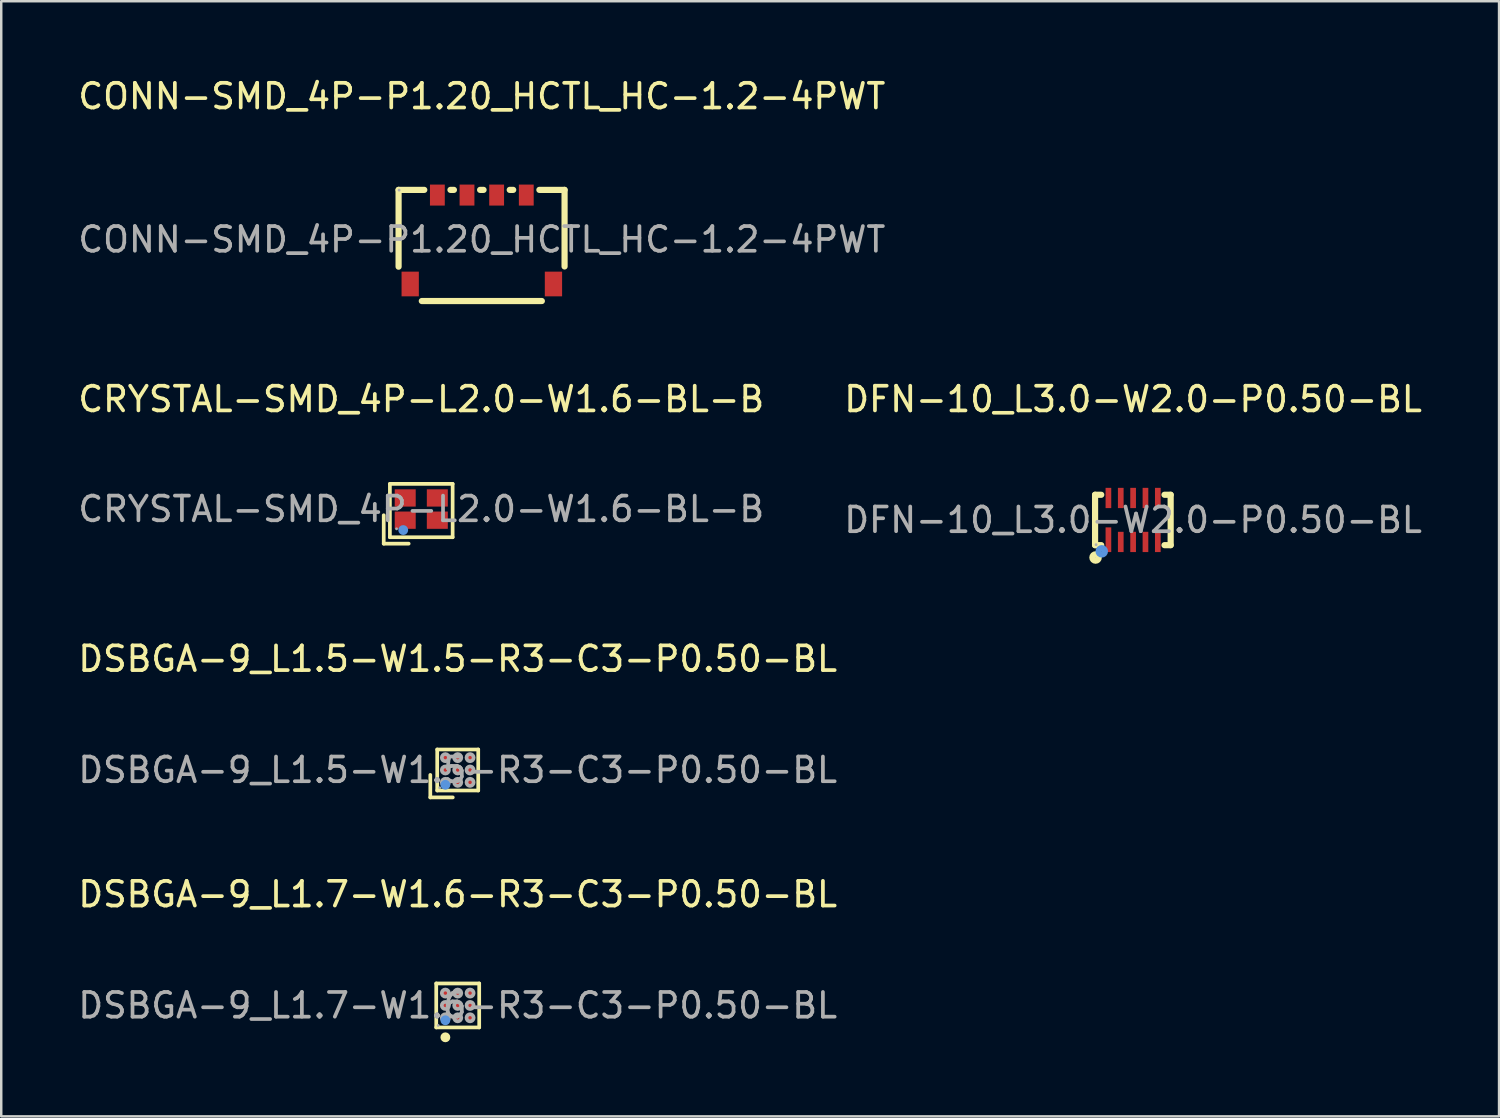
<source format=kicad_pcb>
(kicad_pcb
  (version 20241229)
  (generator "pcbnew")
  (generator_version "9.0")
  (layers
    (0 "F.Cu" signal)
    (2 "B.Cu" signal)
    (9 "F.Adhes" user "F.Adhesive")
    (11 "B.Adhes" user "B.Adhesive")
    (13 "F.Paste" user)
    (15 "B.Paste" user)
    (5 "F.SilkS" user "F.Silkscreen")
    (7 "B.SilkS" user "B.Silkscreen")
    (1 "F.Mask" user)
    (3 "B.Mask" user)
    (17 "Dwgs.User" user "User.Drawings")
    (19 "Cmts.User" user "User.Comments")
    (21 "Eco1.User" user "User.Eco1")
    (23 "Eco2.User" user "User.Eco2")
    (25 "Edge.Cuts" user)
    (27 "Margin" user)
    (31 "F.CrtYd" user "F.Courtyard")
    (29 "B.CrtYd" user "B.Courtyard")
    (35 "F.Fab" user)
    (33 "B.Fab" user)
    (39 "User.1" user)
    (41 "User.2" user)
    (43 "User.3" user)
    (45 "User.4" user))
  (footprint "DSBGA-9_L1.5-W1.5-R3-C3-P0.50-BL"
    (layer "F.Cu")
    (at 15.482 28.125)
    (property "Reference" "DSBGA-9_L1.5-W1.5-R3-C3-P0.50-BL" (at 0 -4.5 0) (layer "F.SilkS") (effects (font (size 1 1) (thickness 0.15))))
    (attr smd)
    (fp_line (start -1.11 0.2) (end -1.11 1.11) (stroke (width 0.15) (type solid)) (layer "F.SilkS"))
    (fp_line (start -1.11 1.11) (end -0.2 1.11) (stroke (width 0.15) (type solid)) (layer "F.SilkS"))
    (fp_line (start -0.83 -0.83) (end 0.83 -0.83) (stroke (width 0.15) (type solid)) (layer "F.SilkS"))
    (fp_line (start -0.83 0.83) (end -0.83 -0.83) (stroke (width 0.15) (type solid)) (layer "F.SilkS"))
    (fp_line (start 0.83 -0.83) (end 0.83 0.83) (stroke (width 0.15) (type solid)) (layer "F.SilkS"))
    (fp_line (start 0.83 0.83) (end -0.83 0.83) (stroke (width 0.15) (type solid)) (layer "F.SilkS"))
    (fp_circle (center -0.5 0.6) (end -0.4 0.6) (stroke (width 0.2) (type solid)) (fill no) (layer "Cmts.User"))
    (fp_circle (center -0.73 0.72) (end -0.7 0.72) (stroke (width 0.06) (type solid)) (fill no) (layer "F.Fab"))
    (fp_circle (center -0.5 -0.5) (end -0.43 -0.5) (stroke (width 0.15) (type solid)) (fill no) (layer "F.Fab"))
    (fp_circle (center -0.5 0) (end -0.43 0) (stroke (width 0.15) (type solid)) (fill no) (layer "F.Fab"))
    (fp_circle (center -0.5 0.5) (end -0.43 0.5) (stroke (width 0.15) (type solid)) (fill no) (layer "F.Fab"))
    (fp_circle (center 0 -0.5) (end 0.07 -0.5) (stroke (width 0.15) (type solid)) (fill no) (layer "F.Fab"))
    (fp_circle (center 0 0) (end 0.07 0) (stroke (width 0.15) (type solid)) (fill no) (layer "F.Fab"))
    (fp_circle (center 0 0.5) (end 0.07 0.5) (stroke (width 0.15) (type solid)) (fill no) (layer "F.Fab"))
    (fp_circle (center 0.5 -0.5) (end 0.57 -0.5) (stroke (width 0.15) (type solid)) (fill no) (layer "F.Fab"))
    (fp_circle (center 0.5 0) (end 0.57 0) (stroke (width 0.15) (type solid)) (fill no) (layer "F.Fab"))
    (fp_circle (center 0.5 0.5) (end 0.57 0.5) (stroke (width 0.15) (type solid)) (fill no) (layer "F.Fab"))
    (fp_text user "${REFERENCE}" (at 0 0 0) (layer "F.Fab") (effects (font (size 1 1) (thickness 0.15))))
    (pad "A1" smd circle (at -0.5 0.5) (size 0.24 0.24) (layers "F.Cu" "F.Mask" "F.Paste"))
    (pad "A2" smd circle (at -0.5 0) (size 0.24 0.24) (layers "F.Cu" "F.Mask" "F.Paste"))
    (pad "A3" smd circle (at -0.5 -0.5) (size 0.24 0.24) (layers "F.Cu" "F.Mask" "F.Paste"))
    (pad "B1" smd circle (at 0 0.5) (size 0.24 0.24) (layers "F.Cu" "F.Mask" "F.Paste"))
    (pad "B2" smd circle (at 0 0) (size 0.24 0.24) (layers "F.Cu" "F.Mask" "F.Paste"))
    (pad "B3" smd circle (at 0 -0.5) (size 0.24 0.24) (layers "F.Cu" "F.Mask" "F.Paste"))
    (pad "C1" smd circle (at 0.5 0.5) (size 0.24 0.24) (layers "F.Cu" "F.Mask" "F.Paste"))
    (pad "C2" smd circle (at 0.5 0) (size 0.24 0.24) (layers "F.Cu" "F.Mask" "F.Paste"))
    (pad "C3" smd circle (at 0.5 -0.5) (size 0.24 0.24) (layers "F.Cu" "F.Mask" "F.Paste")))
  (footprint "DSBGA-9_L1.7-W1.6-R3-C3-P0.50-BL"
    (layer "F.Cu")
    (at 15.482 37.658)
    (property "Reference" "DSBGA-9_L1.7-W1.6-R3-C3-P0.50-BL" (at 0 -4.5 0) (layer "F.SilkS") (effects (font (size 1 1) (thickness 0.15))))
    (attr smd)
    (fp_line (start -0.87 -0.89) (end 0.87 -0.89) (stroke (width 0.15) (type solid)) (layer "F.SilkS"))
    (fp_line (start -0.87 0.89) (end -0.87 -0.89) (stroke (width 0.15) (type solid)) (layer "F.SilkS"))
    (fp_line (start 0.87 -0.89) (end 0.87 0.89) (stroke (width 0.15) (type solid)) (layer "F.SilkS"))
    (fp_line (start 0.87 0.89) (end -0.87 0.89) (stroke (width 0.15) (type solid)) (layer "F.SilkS"))
    (fp_circle (center -0.5 1.29) (end -0.4 1.29) (stroke (width 0.2) (type solid)) (fill no) (layer "F.SilkS"))
    (fp_circle (center -0.5 0.6) (end -0.4 0.6) (stroke (width 0.2) (type solid)) (fill no) (layer "Cmts.User"))
    (fp_circle (center -0.79 0.81) (end -0.76 0.81) (stroke (width 0.06) (type solid)) (fill no) (layer "F.Fab"))
    (fp_circle (center -0.5 -0.5) (end -0.43 -0.5) (stroke (width 0.15) (type solid)) (fill no) (layer "F.Fab"))
    (fp_circle (center -0.5 0) (end -0.43 0) (stroke (width 0.15) (type solid)) (fill no) (layer "F.Fab"))
    (fp_circle (center -0.5 0.5) (end -0.43 0.5) (stroke (width 0.15) (type solid)) (fill no) (layer "F.Fab"))
    (fp_circle (center 0 -0.5) (end 0.07 -0.5) (stroke (width 0.15) (type solid)) (fill no) (layer "F.Fab"))
    (fp_circle (center 0 0) (end 0.07 0) (stroke (width 0.15) (type solid)) (fill no) (layer "F.Fab"))
    (fp_circle (center 0 0.5) (end 0.07 0.5) (stroke (width 0.15) (type solid)) (fill no) (layer "F.Fab"))
    (fp_circle (center 0.5 -0.5) (end 0.57 -0.5) (stroke (width 0.15) (type solid)) (fill no) (layer "F.Fab"))
    (fp_circle (center 0.5 0) (end 0.57 0) (stroke (width 0.15) (type solid)) (fill no) (layer "F.Fab"))
    (fp_circle (center 0.5 0.5) (end 0.57 0.5) (stroke (width 0.15) (type solid)) (fill no) (layer "F.Fab"))
    (fp_text user "${REFERENCE}" (at 0 0 0) (layer "F.Fab") (effects (font (size 1 1) (thickness 0.15))))
    (pad "A1" smd circle (at -0.5 0.5) (size 0.24 0.24) (layers "F.Cu" "F.Mask" "F.Paste"))
    (pad "A2" smd circle (at -0.5 0) (size 0.24 0.24) (layers "F.Cu" "F.Mask" "F.Paste"))
    (pad "A3" smd circle (at -0.5 -0.5) (size 0.24 0.24) (layers "F.Cu" "F.Mask" "F.Paste"))
    (pad "B1" smd circle (at 0 0.5) (size 0.24 0.24) (layers "F.Cu" "F.Mask" "F.Paste"))
    (pad "B2" smd circle (at 0 0) (size 0.24 0.24) (layers "F.Cu" "F.Mask" "F.Paste"))
    (pad "B3" smd circle (at 0 -0.5) (size 0.24 0.24) (layers "F.Cu" "F.Mask" "F.Paste"))
    (pad "C1" smd circle (at 0.5 0.5) (size 0.24 0.24) (layers "F.Cu" "F.Mask" "F.Paste"))
    (pad "C2" smd circle (at 0.5 0) (size 0.24 0.24) (layers "F.Cu" "F.Mask" "F.Paste"))
    (pad "C3" smd circle (at 0.5 -0.5) (size 0.24 0.24) (layers "F.Cu" "F.Mask" "F.Paste")))
  (footprint "CONN-SMD_4P-P1.20_HCTL_HC-1.2-4PWT"
    (layer "F.Cu")
    (at 16.458 6.648)
    (property "Reference" "CONN-SMD_4P-P1.20_HCTL_HC-1.2-4PWT" (at 0 -5.8 0) (layer "F.SilkS") (effects (font (size 1 1) (thickness 0.15))))
    (attr smd)
    (fp_line (start -3.37 -2.01) (end -2.33 -2.01) (stroke (width 0.25) (type solid)) (layer "F.SilkS"))
    (fp_line (start -3.37 1.1) (end -3.37 -2.01) (stroke (width 0.25) (type solid)) (layer "F.SilkS"))
    (fp_line (start -1.27 -2.01) (end -1.13 -2.01) (stroke (width 0.25) (type solid)) (layer "F.SilkS"))
    (fp_line (start -0.07 -2.01) (end 0.07 -2.01) (stroke (width 0.25) (type solid)) (layer "F.SilkS"))
    (fp_line (start 1.13 -2.01) (end 1.27 -2.01) (stroke (width 0.25) (type solid)) (layer "F.SilkS"))
    (fp_line (start 2.33 -2.01) (end 3.35 -2.01) (stroke (width 0.25) (type solid)) (layer "F.SilkS"))
    (fp_line (start 2.43 2.49) (end -2.43 2.49) (stroke (width 0.25) (type solid)) (layer "F.SilkS"))
    (fp_line (start 3.35 -2.01) (end 3.35 1.09) (stroke (width 0.25) (type solid)) (layer "F.SilkS"))
    (fp_circle (center -3.35 -2) (end -3.32 -2) (stroke (width 0.06) (type solid)) (fill no) (layer "F.Fab"))
    (fp_text user "${REFERENCE}" (at 0 0 0) (layer "F.Fab") (effects (font (size 1 1) (thickness 0.15))))
    (pad "1" smd rect (at -1.8 -1.8) (size 0.6 0.85) (layers "F.Cu" "F.Mask" "F.Paste"))
    (pad "2" smd rect (at -0.6 -1.8) (size 0.6 0.85) (layers "F.Cu" "F.Mask" "F.Paste"))
    (pad "3" smd rect (at 0.6 -1.8) (size 0.6 0.85) (layers "F.Cu" "F.Mask" "F.Paste"))
    (pad "4" smd rect (at 1.8 -1.8) (size 0.6 0.85) (layers "F.Cu" "F.Mask" "F.Paste"))
    (pad "5" smd rect (at 2.9 1.8) (size 0.7 1) (layers "F.Cu" "F.Mask" "F.Paste"))
    (pad "6" smd rect (at -2.9 1.8) (size 0.7 1) (layers "F.Cu" "F.Mask" "F.Paste")))
  (footprint "CRYSTAL-SMD_4P-L2.0-W1.6-BL-B"
    (layer "F.Cu")
    (at 14.006 17.561)
    (property "Reference" "CRYSTAL-SMD_4P-L2.0-W1.6-BL-B" (at 0 -4.45 0) (layer "F.SilkS") (effects (font (size 1 1) (thickness 0.15))))
    (attr smd)
    (fp_line (start -1.52 0.25) (end -1.52 1.4) (stroke (width 0.15) (type solid)) (layer "F.SilkS"))
    (fp_line (start -1.52 1.4) (end -0.51 1.4) (stroke (width 0.15) (type solid)) (layer "F.SilkS"))
    (fp_line (start -1.27 -1.02) (end -1.27 1.14) (stroke (width 0.15) (type solid)) (layer "F.SilkS"))
    (fp_line (start -1.27 1.14) (end 1.27 1.14) (stroke (width 0.15) (type solid)) (layer "F.SilkS"))
    (fp_line (start 1.27 -1.02) (end -1.27 -1.02) (stroke (width 0.15) (type solid)) (layer "F.SilkS"))
    (fp_line (start 1.27 1.14) (end 1.27 -1.02) (stroke (width 0.15) (type solid)) (layer "F.SilkS"))
    (fp_circle (center -0.73 0.85) (end -0.63 0.85) (stroke (width 0.2) (type solid)) (fill no) (layer "Cmts.User"))
    (fp_circle (center -1 0.8) (end -0.97 0.8) (stroke (width 0.06) (type solid)) (fill no) (layer "F.Fab"))
    (fp_text user "${REFERENCE}" (at 0 0 0) (layer "F.Fab") (effects (font (size 1 1) (thickness 0.15))))
    (pad "1" smd rect (at -0.65 0.45) (size 0.85 0.7) (layers "F.Cu" "F.Mask" "F.Paste"))
    (pad "2" smd rect (at 0.65 0.45) (size 0.85 0.7) (layers "F.Cu" "F.Mask" "F.Paste"))
    (pad "3" smd rect (at 0.65 -0.45) (size 0.85 0.7) (layers "F.Cu" "F.Mask" "F.Paste"))
    (pad "4" smd rect (at -0.65 -0.45) (size 0.85 0.7) (layers "F.Cu" "F.Mask" "F.Paste")))
  (footprint "DFN-10_L3.0-W2.0-P0.50-BL"
    (layer "F.Cu")
    (at 42.827 18.002)
    (property "Reference" "DFN-10_L3.0-W2.0-P0.50-BL" (at 0 -4.89 0) (layer "F.SilkS") (effects (font (size 1 1) (thickness 0.15))))
    (attr smd)
    (fp_line (start -1.54 -1.02) (end -1.29 -1.02) (stroke (width 0.25) (type solid)) (layer "F.SilkS"))
    (fp_line (start -1.54 1.02) (end -1.54 -1.02) (stroke (width 0.25) (type solid)) (layer "F.SilkS"))
    (fp_line (start -1.29 1.02) (end -1.54 1.02) (stroke (width 0.25) (type solid)) (layer "F.SilkS"))
    (fp_line (start 1.27 -1.02) (end 1.52 -1.02) (stroke (width 0.25) (type solid)) (layer "F.SilkS"))
    (fp_line (start 1.52 -1.02) (end 1.52 1.02) (stroke (width 0.25) (type solid)) (layer "F.SilkS"))
    (fp_line (start 1.52 1.02) (end 1.27 1.02) (stroke (width 0.25) (type solid)) (layer "F.SilkS"))
    (fp_circle (center -1.52 1.52) (end -1.39 1.52) (stroke (width 0.25) (type solid)) (fill no) (layer "F.SilkS"))
    (fp_circle (center -1.27 1.27) (end -1.14 1.27) (stroke (width 0.25) (type solid)) (fill no) (layer "Cmts.User"))
    (fp_circle (center -1.5 1) (end -1.47 1) (stroke (width 0.06) (type solid)) (fill no) (layer "F.Fab"))
    (fp_text user "${REFERENCE}" (at 0 0 0) (layer "F.Fab") (effects (font (size 1 1) (thickness 0.15))))
    (pad "1" smd rect (at -1 0.8) (size 0.23 1) (layers "F.Cu" "F.Mask" "F.Paste"))
    (pad "2" smd rect (at -0.5 0.89) (size 0.23 0.82) (layers "F.Cu" "F.Mask" "F.Paste"))
    (pad "3" smd rect (at 0 0.89) (size 0.23 0.82) (layers "F.Cu" "F.Mask" "F.Paste"))
    (pad "4" smd rect (at 0.5 0.89) (size 0.23 0.82) (layers "F.Cu" "F.Mask" "F.Paste"))
    (pad "5" smd rect (at 1 0.89) (size 0.23 0.82) (layers "F.Cu" "F.Mask" "F.Paste"))
    (pad "6" smd rect (at 1 -0.89) (size 0.23 0.82) (layers "F.Cu" "F.Mask" "F.Paste"))
    (pad "7" smd rect (at 0.5 -0.89) (size 0.23 0.82) (layers "F.Cu" "F.Mask" "F.Paste"))
    (pad "8" smd rect (at 0 -0.89) (size 0.23 0.82) (layers "F.Cu" "F.Mask" "F.Paste"))
    (pad "9" smd rect (at -0.5 -0.89) (size 0.23 0.82) (layers "F.Cu" "F.Mask" "F.Paste"))
    (pad "10" smd rect (at -1 -0.89) (size 0.23 0.82) (layers "F.Cu" "F.Mask" "F.Paste")))
  (gr_rect
    (start -3 -3)
    (end 57.643 42.148)
    (stroke (width 0.1) (type default))
    (fill no)
    (layer "Edge.Cuts")))
</source>
